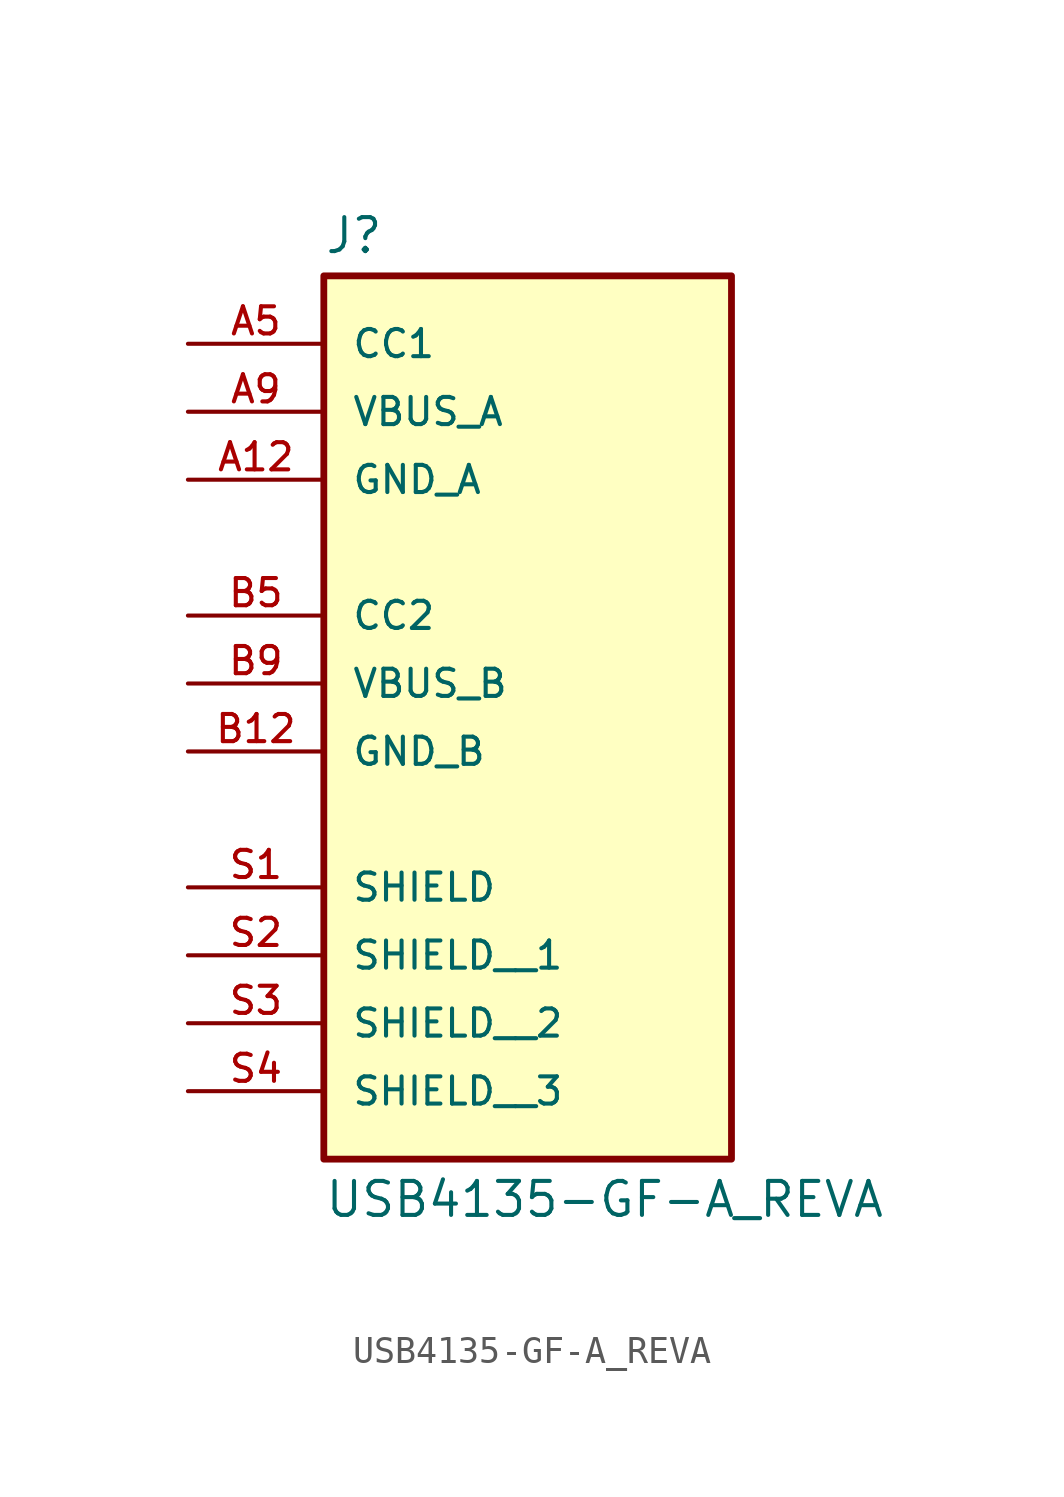
<source format=kicad_sym>
(kicad_symbol_lib
  (version 20211014)
  (generator kicad_symbol_editor)
  (symbol "USB4135-GF-A_REVA"
    (pin_names
      (offset 1.016))
    (property "Reference" "J"
      (at -7.62 13.462 0)
      (effects (font (size 1.27 1.27)) (justify bottom left)))
    (property "Value" "USB4135-GF-A_REVA"
      (at -7.62 -21.082 0.0)
      (effects (font (size 1.27 1.27)) (justify top left)))
    (symbol "USB4135-GF-A_REVA_0_0"
      (rectangle (start -7.62 -20.32) (end 7.62 12.7) (stroke (width 0.254)) (fill (type background)))
      (pin power_in line (at -12.7 5.08 0) (length 5.08) (name "GND_A" (effects (font (size 1.016 1.016)))) (number "A12" (effects (font (size 1.016 1.016)))))
      (pin power_in line (at -12.7 7.62 0) (length 5.08) (name "VBUS_A" (effects (font (size 1.016 1.016)))) (number "A9" (effects (font (size 1.016 1.016)))))
      (pin bidirectional line (at -12.7 10.16 0) (length 5.08) (name "CC1" (effects (font (size 1.016 1.016)))) (number "A5" (effects (font (size 1.016 1.016)))))
      (pin passive line (at -12.7 -10.16 0) (length 5.08) (name "SHIELD" (effects (font (size 1.016 1.016)))) (number "S1" (effects (font (size 1.016 1.016)))))
      (pin power_in line (at -12.7 -5.08 0) (length 5.08) (name "GND_B" (effects (font (size 1.016 1.016)))) (number "B12" (effects (font (size 1.016 1.016)))))
      (pin power_in line (at -12.7 -2.54 0) (length 5.08) (name "VBUS_B" (effects (font (size 1.016 1.016)))) (number "B9" (effects (font (size 1.016 1.016)))))
      (pin bidirectional line (at -12.7 0.0 0) (length 5.08) (name "CC2" (effects (font (size 1.016 1.016)))) (number "B5" (effects (font (size 1.016 1.016)))))
      (pin passive line (at -12.7 -12.7 0) (length 5.08) (name "SHIELD__1" (effects (font (size 1.016 1.016)))) (number "S2" (effects (font (size 1.016 1.016)))))
      (pin passive line (at -12.7 -15.24 0) (length 5.08) (name "SHIELD__2" (effects (font (size 1.016 1.016)))) (number "S3" (effects (font (size 1.016 1.016)))))
      (pin passive line (at -12.7 -17.78 0) (length 5.08) (name "SHIELD__3" (effects (font (size 1.016 1.016)))) (number "S4" (effects (font (size 1.016 1.016))))))))
</source>
